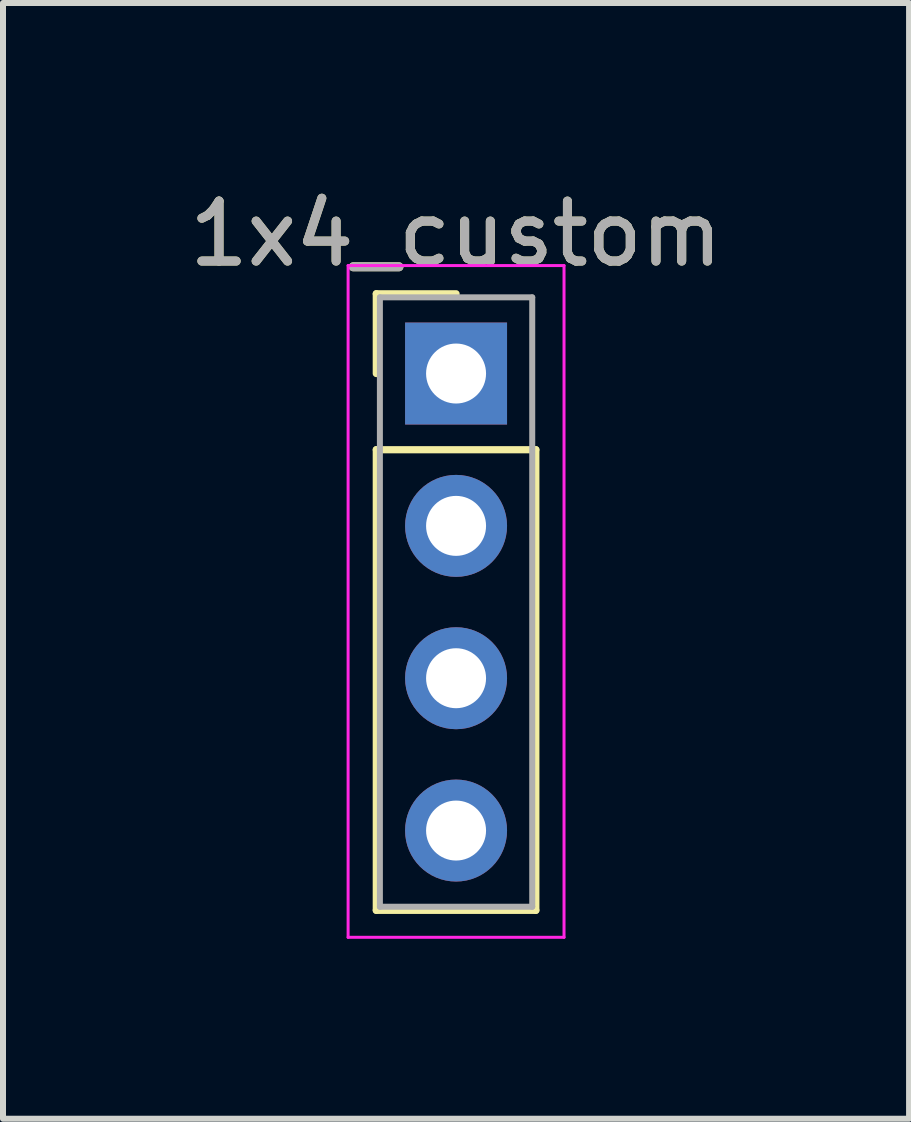
<source format=kicad_pcb>
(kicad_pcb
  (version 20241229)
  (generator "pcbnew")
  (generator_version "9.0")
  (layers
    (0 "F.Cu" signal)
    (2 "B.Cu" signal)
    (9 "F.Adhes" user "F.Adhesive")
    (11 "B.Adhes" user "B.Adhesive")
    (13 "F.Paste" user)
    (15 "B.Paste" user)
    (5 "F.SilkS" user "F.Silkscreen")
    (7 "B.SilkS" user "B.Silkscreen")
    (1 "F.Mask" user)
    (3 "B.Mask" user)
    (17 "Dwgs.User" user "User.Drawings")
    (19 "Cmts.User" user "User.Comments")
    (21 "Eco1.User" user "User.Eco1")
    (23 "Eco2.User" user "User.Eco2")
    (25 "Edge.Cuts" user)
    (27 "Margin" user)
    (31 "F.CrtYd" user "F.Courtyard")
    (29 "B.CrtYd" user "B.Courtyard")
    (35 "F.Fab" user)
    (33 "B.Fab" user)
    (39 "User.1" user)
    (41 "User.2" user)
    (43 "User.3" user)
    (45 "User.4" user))
  (footprint "1x4_custom"
    (layer "F.Cu")
    (at 4.554 3.178)
    (property "Reference" "1x4_custom" (at 0 -2.33 0) (layer "F.SilkS") (effects (font (size 1 1) (thickness 0.15))))
    (attr through_hole)
    (fp_line (start -1.33 -1.33) (end 0 -1.33) (stroke (width 0.12) (type solid)) (layer "F.SilkS"))
    (fp_line (start -1.33 0) (end -1.33 -1.33) (stroke (width 0.12) (type solid)) (layer "F.SilkS"))
    (fp_line (start -1.33 1.27) (end -1.33 8.95) (stroke (width 0.12) (type solid)) (layer "F.SilkS"))
    (fp_line (start -1.33 8.95) (end 1.33 8.95) (stroke (width 0.12) (type solid)) (layer "F.SilkS"))
    (fp_line (start 1.33 1.27) (end -1.33 1.27) (stroke (width 0.12) (type solid)) (layer "F.SilkS"))
    (fp_line (start 1.33 8.95) (end 1.33 1.27) (stroke (width 0.12) (type solid)) (layer "F.SilkS"))
    (fp_line (start -1.8 -1.8) (end -1.8 9.4) (stroke (width 0.05) (type solid)) (layer "F.CrtYd"))
    (fp_line (start -1.8 9.4) (end 1.8 9.4) (stroke (width 0.05) (type solid)) (layer "F.CrtYd"))
    (fp_line (start 1.8 -1.8) (end -1.8 -1.8) (stroke (width 0.05) (type solid)) (layer "F.CrtYd"))
    (fp_line (start 1.8 9.4) (end 1.8 -1.8) (stroke (width 0.05) (type solid)) (layer "F.CrtYd"))
    (fp_line (start -1.27 -1.27) (end -1.27 8.89) (stroke (width 0.1) (type solid)) (layer "F.Fab"))
    (fp_line (start -1.27 8.89) (end 1.27 8.89) (stroke (width 0.1) (type solid)) (layer "F.Fab"))
    (fp_line (start 1.27 -1.27) (end -1.27 -1.27) (stroke (width 0.1) (type solid)) (layer "F.Fab"))
    (fp_line (start 1.27 8.89) (end 1.27 -1.27) (stroke (width 0.1) (type solid)) (layer "F.Fab"))
    (fp_text user "${REFERENCE}" (at 0 -2.33 0) (layer "F.Fab") (effects (font (size 1 1) (thickness 0.15))))
    (pad "AV+" thru_hole oval (at 0 2.54) (size 1.7 1.7) (drill 1) (layers "*.Cu" "*.Mask"))
    (pad "AV-" thru_hole oval (at 0 5.08) (size 1.7 1.7) (drill 1) (layers "*.Cu" "*.Mask"))
    (pad "GND" thru_hole rect (at 0 0) (size 1.7 1.7) (drill 1) (layers "*.Cu" "*.Mask"))
    (pad "TP11" thru_hole oval (at 0 7.62) (size 1.7 1.7) (drill 1) (layers "*.Cu" "*.Mask")))
  (gr_rect
    (start -3 -3)
    (end 12.107 15.603)
    (stroke (width 0.1) (type default))
    (fill no)
    (layer "Edge.Cuts")))
</source>
